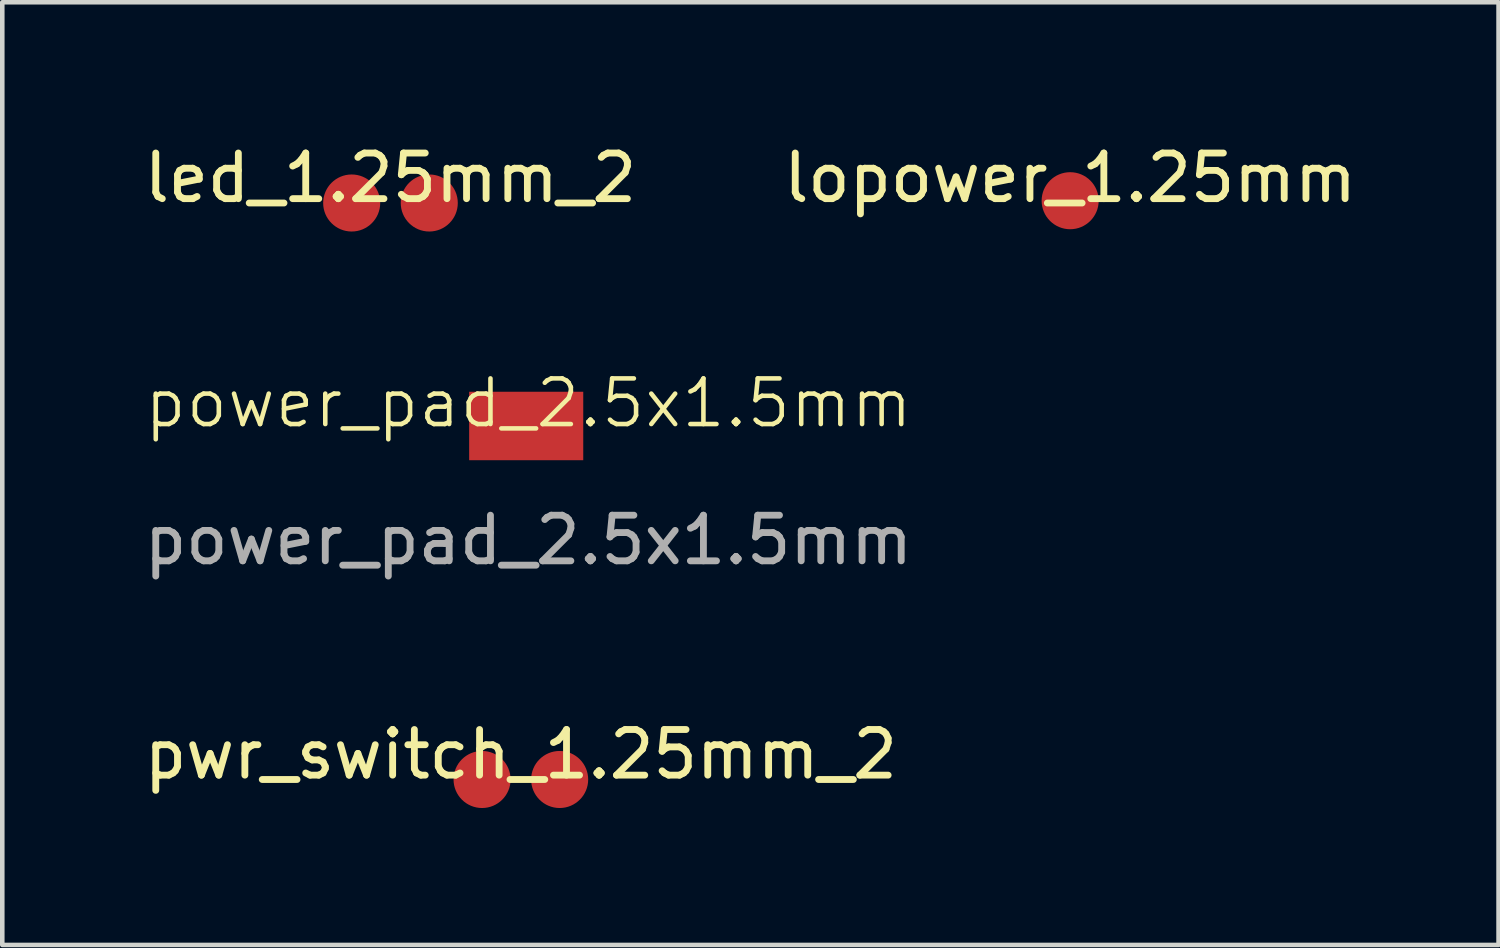
<source format=kicad_pcb>
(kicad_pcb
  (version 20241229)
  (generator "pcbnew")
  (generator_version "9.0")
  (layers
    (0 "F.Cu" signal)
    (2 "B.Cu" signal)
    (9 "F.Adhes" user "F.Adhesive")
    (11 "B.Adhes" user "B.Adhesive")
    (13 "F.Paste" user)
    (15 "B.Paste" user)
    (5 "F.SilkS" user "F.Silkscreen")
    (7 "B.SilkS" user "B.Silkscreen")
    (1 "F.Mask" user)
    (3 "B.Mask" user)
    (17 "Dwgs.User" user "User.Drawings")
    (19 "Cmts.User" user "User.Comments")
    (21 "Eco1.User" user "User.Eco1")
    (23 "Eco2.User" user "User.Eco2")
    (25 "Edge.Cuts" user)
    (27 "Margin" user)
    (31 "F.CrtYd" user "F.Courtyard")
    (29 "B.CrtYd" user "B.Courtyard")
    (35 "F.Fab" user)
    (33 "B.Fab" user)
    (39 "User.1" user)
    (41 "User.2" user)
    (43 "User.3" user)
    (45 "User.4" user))
  (footprint "led_1.25mm_2"
    (layer "F.Cu")
    (at 5.506 1.348)
    (property "Reference" "led_1.25mm_2" (at 0 -0.5 0) (unlocked yes) (layer "F.SilkS") (effects (font (size 1 1) (thickness 0.15))))
    (attr smd)
    (pad "1" smd circle (at -0.85 0.05) (size 1.25 1.25) (layers "F.Cu" "F.Mask"))
    (pad "2" smd circle (at 0.85 0.05) (size 1.25 1.25) (layers "F.Cu" "F.Mask")))
  (footprint "lopower_1.25mm"
    (layer "F.Cu")
    (at 20.399 1.348)
    (property "Reference" "lopower_1.25mm" (at 0 -0.5 0) (unlocked yes) (layer "F.SilkS") (effects (font (size 1 1) (thickness 0.15))))
    (attr smd)
    (pad "1" smd circle (at 0 0) (size 1.25 1.25) (layers "F.Cu" "F.Mask")))
  (footprint "pwr_switch_1.25mm_2"
    (layer "F.Cu")
    (at 8.363 13.98)
    (property "Reference" "pwr_switch_1.25mm_2" (at 0 -0.5 0) (unlocked yes) (layer "F.SilkS") (effects (font (size 1 1) (thickness 0.15))))
    (attr smd)
    (pad "1" smd circle (at -0.85 0.05) (size 1.25 1.25) (layers "F.Cu" "F.Mask"))
    (pad "2" smd circle (at 0.85 0.05) (size 1.25 1.25) (layers "F.Cu" "F.Mask")))
  (footprint "power_pad_2.5x1.5mm"
    (layer "F.Cu")
    (at 8.53 6.284)
    (property "Reference" "power_pad_2.5x1.5mm" (at 0 -0.5 0) (unlocked yes) (layer "F.SilkS") (effects (font (size 1 1) (thickness 0.1))))
    (attr smd)
    (fp_text user "${REFERENCE}" (at 0 2.5 0) (unlocked yes) (layer "F.Fab") (effects (font (size 1 1) (thickness 0.15))))
    (pad "1" smd rect (at -0.05 0) (size 2.5 1.5) (layers "F.Cu" "F.Mask" "F.Paste")))
  (gr_rect
    (start -3 -3)
    (end 29.786 17.655)
    (stroke (width 0.1) (type default))
    (fill no)
    (layer "Edge.Cuts")))
</source>
